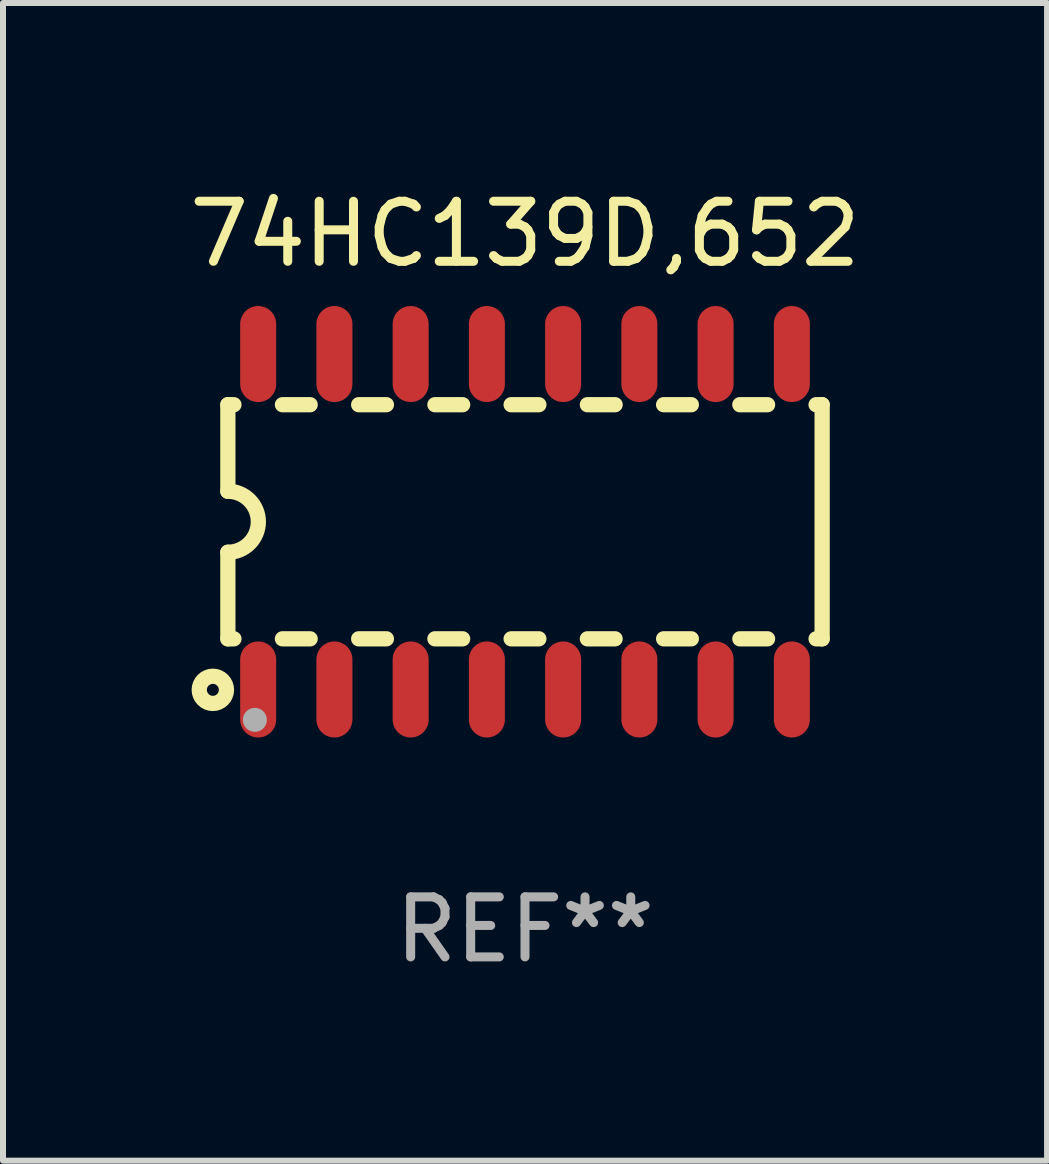
<source format=kicad_pcb>
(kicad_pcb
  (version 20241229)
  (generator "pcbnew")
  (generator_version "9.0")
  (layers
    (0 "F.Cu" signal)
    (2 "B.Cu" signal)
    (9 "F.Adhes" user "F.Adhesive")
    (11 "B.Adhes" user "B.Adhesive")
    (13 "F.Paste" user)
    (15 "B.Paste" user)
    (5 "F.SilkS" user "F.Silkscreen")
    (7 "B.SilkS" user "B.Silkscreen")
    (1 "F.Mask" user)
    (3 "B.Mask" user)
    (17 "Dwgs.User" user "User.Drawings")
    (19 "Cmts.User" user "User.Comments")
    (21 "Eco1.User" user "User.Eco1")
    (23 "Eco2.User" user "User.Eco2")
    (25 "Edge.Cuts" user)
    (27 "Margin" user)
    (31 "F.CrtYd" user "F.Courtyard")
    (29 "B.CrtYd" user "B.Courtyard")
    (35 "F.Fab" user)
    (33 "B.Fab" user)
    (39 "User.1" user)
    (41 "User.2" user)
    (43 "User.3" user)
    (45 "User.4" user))
  (footprint "74HC139D,652"
    (layer "F.Cu")
    (at 5.696 5.642)
    (property "Reference" "74HC139D,652" (at 0 -4.794 0) (layer "F.SilkS") (effects (font (size 1 1) (thickness 0.15))))
    (attr through_hole)
    (fp_line (start -4.95 -1.95) (end -4.95 -0.508) (stroke (width 0.254) (type solid)) (layer "F.SilkS"))
    (fp_line (start -4.95 -1.95) (end -4.849 -1.95) (stroke (width 0.254) (type solid)) (layer "F.SilkS"))
    (fp_line (start -4.95 1.95) (end -4.95 0.508) (stroke (width 0.254) (type solid)) (layer "F.SilkS"))
    (fp_line (start -4.95 1.95) (end -4.849 1.95) (stroke (width 0.254) (type solid)) (layer "F.SilkS"))
    (fp_line (start -4.041 -1.95) (end -3.579 -1.95) (stroke (width 0.254) (type solid)) (layer "F.SilkS"))
    (fp_line (start -4.041 1.95) (end -3.579 1.95) (stroke (width 0.254) (type solid)) (layer "F.SilkS"))
    (fp_line (start -2.771 -1.95) (end -2.309 -1.95) (stroke (width 0.254) (type solid)) (layer "F.SilkS"))
    (fp_line (start -2.771 1.95) (end -2.309 1.95) (stroke (width 0.254) (type solid)) (layer "F.SilkS"))
    (fp_line (start -1.501 -1.95) (end -1.039 -1.95) (stroke (width 0.254) (type solid)) (layer "F.SilkS"))
    (fp_line (start -1.501 1.95) (end -1.039 1.95) (stroke (width 0.254) (type solid)) (layer "F.SilkS"))
    (fp_line (start -0.231 -1.95) (end 0.231 -1.95) (stroke (width 0.254) (type solid)) (layer "F.SilkS"))
    (fp_line (start -0.231 1.95) (end 0.231 1.95) (stroke (width 0.254) (type solid)) (layer "F.SilkS"))
    (fp_line (start 1.039 -1.95) (end 1.501 -1.95) (stroke (width 0.254) (type solid)) (layer "F.SilkS"))
    (fp_line (start 1.039 1.95) (end 1.501 1.95) (stroke (width 0.254) (type solid)) (layer "F.SilkS"))
    (fp_line (start 2.309 -1.95) (end 2.771 -1.95) (stroke (width 0.254) (type solid)) (layer "F.SilkS"))
    (fp_line (start 2.309 1.95) (end 2.771 1.95) (stroke (width 0.254) (type solid)) (layer "F.SilkS"))
    (fp_line (start 3.579 -1.95) (end 4.041 -1.95) (stroke (width 0.254) (type solid)) (layer "F.SilkS"))
    (fp_line (start 3.579 1.95) (end 4.041 1.95) (stroke (width 0.254) (type solid)) (layer "F.SilkS"))
    (fp_line (start 4.849 -1.95) (end 4.95 -1.95) (stroke (width 0.254) (type solid)) (layer "F.SilkS"))
    (fp_line (start 4.849 1.95) (end 4.95 1.95) (stroke (width 0.254) (type solid)) (layer "F.SilkS"))
    (fp_line (start 4.95 -1.95) (end 4.95 1.95) (stroke (width 0.254) (type solid)) (layer "F.SilkS"))
    (fp_arc (start -4.95047 -0.508001) (mid -4.442469 -0.000228) (end -4.950013 0.508001) (stroke (width 0.254001) (type solid)) (layer "F.SilkS"))
    (fp_circle (center -5.2 2.8) (end -5.1 2.8) (stroke (width 0.254) (type solid)) (fill no) (layer "F.SilkS"))
    (fp_circle (center -4.95 2.947) (end -4.92 2.947) (stroke (width 0.06) (type solid)) (fill no) (layer "F.SilkS"))
    (fp_circle (center -4.5 3.3) (end -4.4 3.3) (stroke (width 0.2) (type solid)) (fill no) (layer "F.Fab"))
    (fp_text user "REF**" (at 0 6.794 0) (layer "F.Fab") (effects (font (size 1 1) (thickness 0.15))))
    (pad "1" smd oval (at -4.445 2.794) (size 0.6 1.6) (layers "F.Cu" "F.Mask" "F.Paste"))
    (pad "2" smd oval (at -3.175 2.794) (size 0.6 1.6) (layers "F.Cu" "F.Mask" "F.Paste"))
    (pad "3" smd oval (at -1.905 2.794) (size 0.6 1.6) (layers "F.Cu" "F.Mask" "F.Paste"))
    (pad "4" smd oval (at -0.635 2.794) (size 0.6 1.6) (layers "F.Cu" "F.Mask" "F.Paste"))
    (pad "5" smd oval (at 0.635 2.794) (size 0.6 1.6) (layers "F.Cu" "F.Mask" "F.Paste"))
    (pad "6" smd oval (at 1.905 2.794) (size 0.6 1.6) (layers "F.Cu" "F.Mask" "F.Paste"))
    (pad "7" smd oval (at 3.175 2.794) (size 0.6 1.6) (layers "F.Cu" "F.Mask" "F.Paste"))
    (pad "8" smd oval (at 4.445 2.794) (size 0.6 1.6) (layers "F.Cu" "F.Mask" "F.Paste"))
    (pad "9" smd oval (at 4.445 -2.794) (size 0.6 1.6) (layers "F.Cu" "F.Mask" "F.Paste"))
    (pad "10" smd oval (at 3.175 -2.794) (size 0.6 1.6) (layers "F.Cu" "F.Mask" "F.Paste"))
    (pad "11" smd oval (at 1.905 -2.794) (size 0.6 1.6) (layers "F.Cu" "F.Mask" "F.Paste"))
    (pad "12" smd oval (at 0.635 -2.794) (size 0.6 1.6) (layers "F.Cu" "F.Mask" "F.Paste"))
    (pad "13" smd oval (at -0.635 -2.794) (size 0.6 1.6) (layers "F.Cu" "F.Mask" "F.Paste"))
    (pad "14" smd oval (at -1.905 -2.794) (size 0.6 1.6) (layers "F.Cu" "F.Mask" "F.Paste"))
    (pad "15" smd oval (at -3.175 -2.794) (size 0.6 1.6) (layers "F.Cu" "F.Mask" "F.Paste"))
    (pad "16" smd oval (at -4.445 -2.794) (size 0.6 1.6) (layers "F.Cu" "F.Mask" "F.Paste")))
  (gr_rect
    (start -3 -3)
    (end 14.393 16.285)
    (stroke (width 0.1) (type default))
    (fill no)
    (layer "Edge.Cuts")))
</source>
